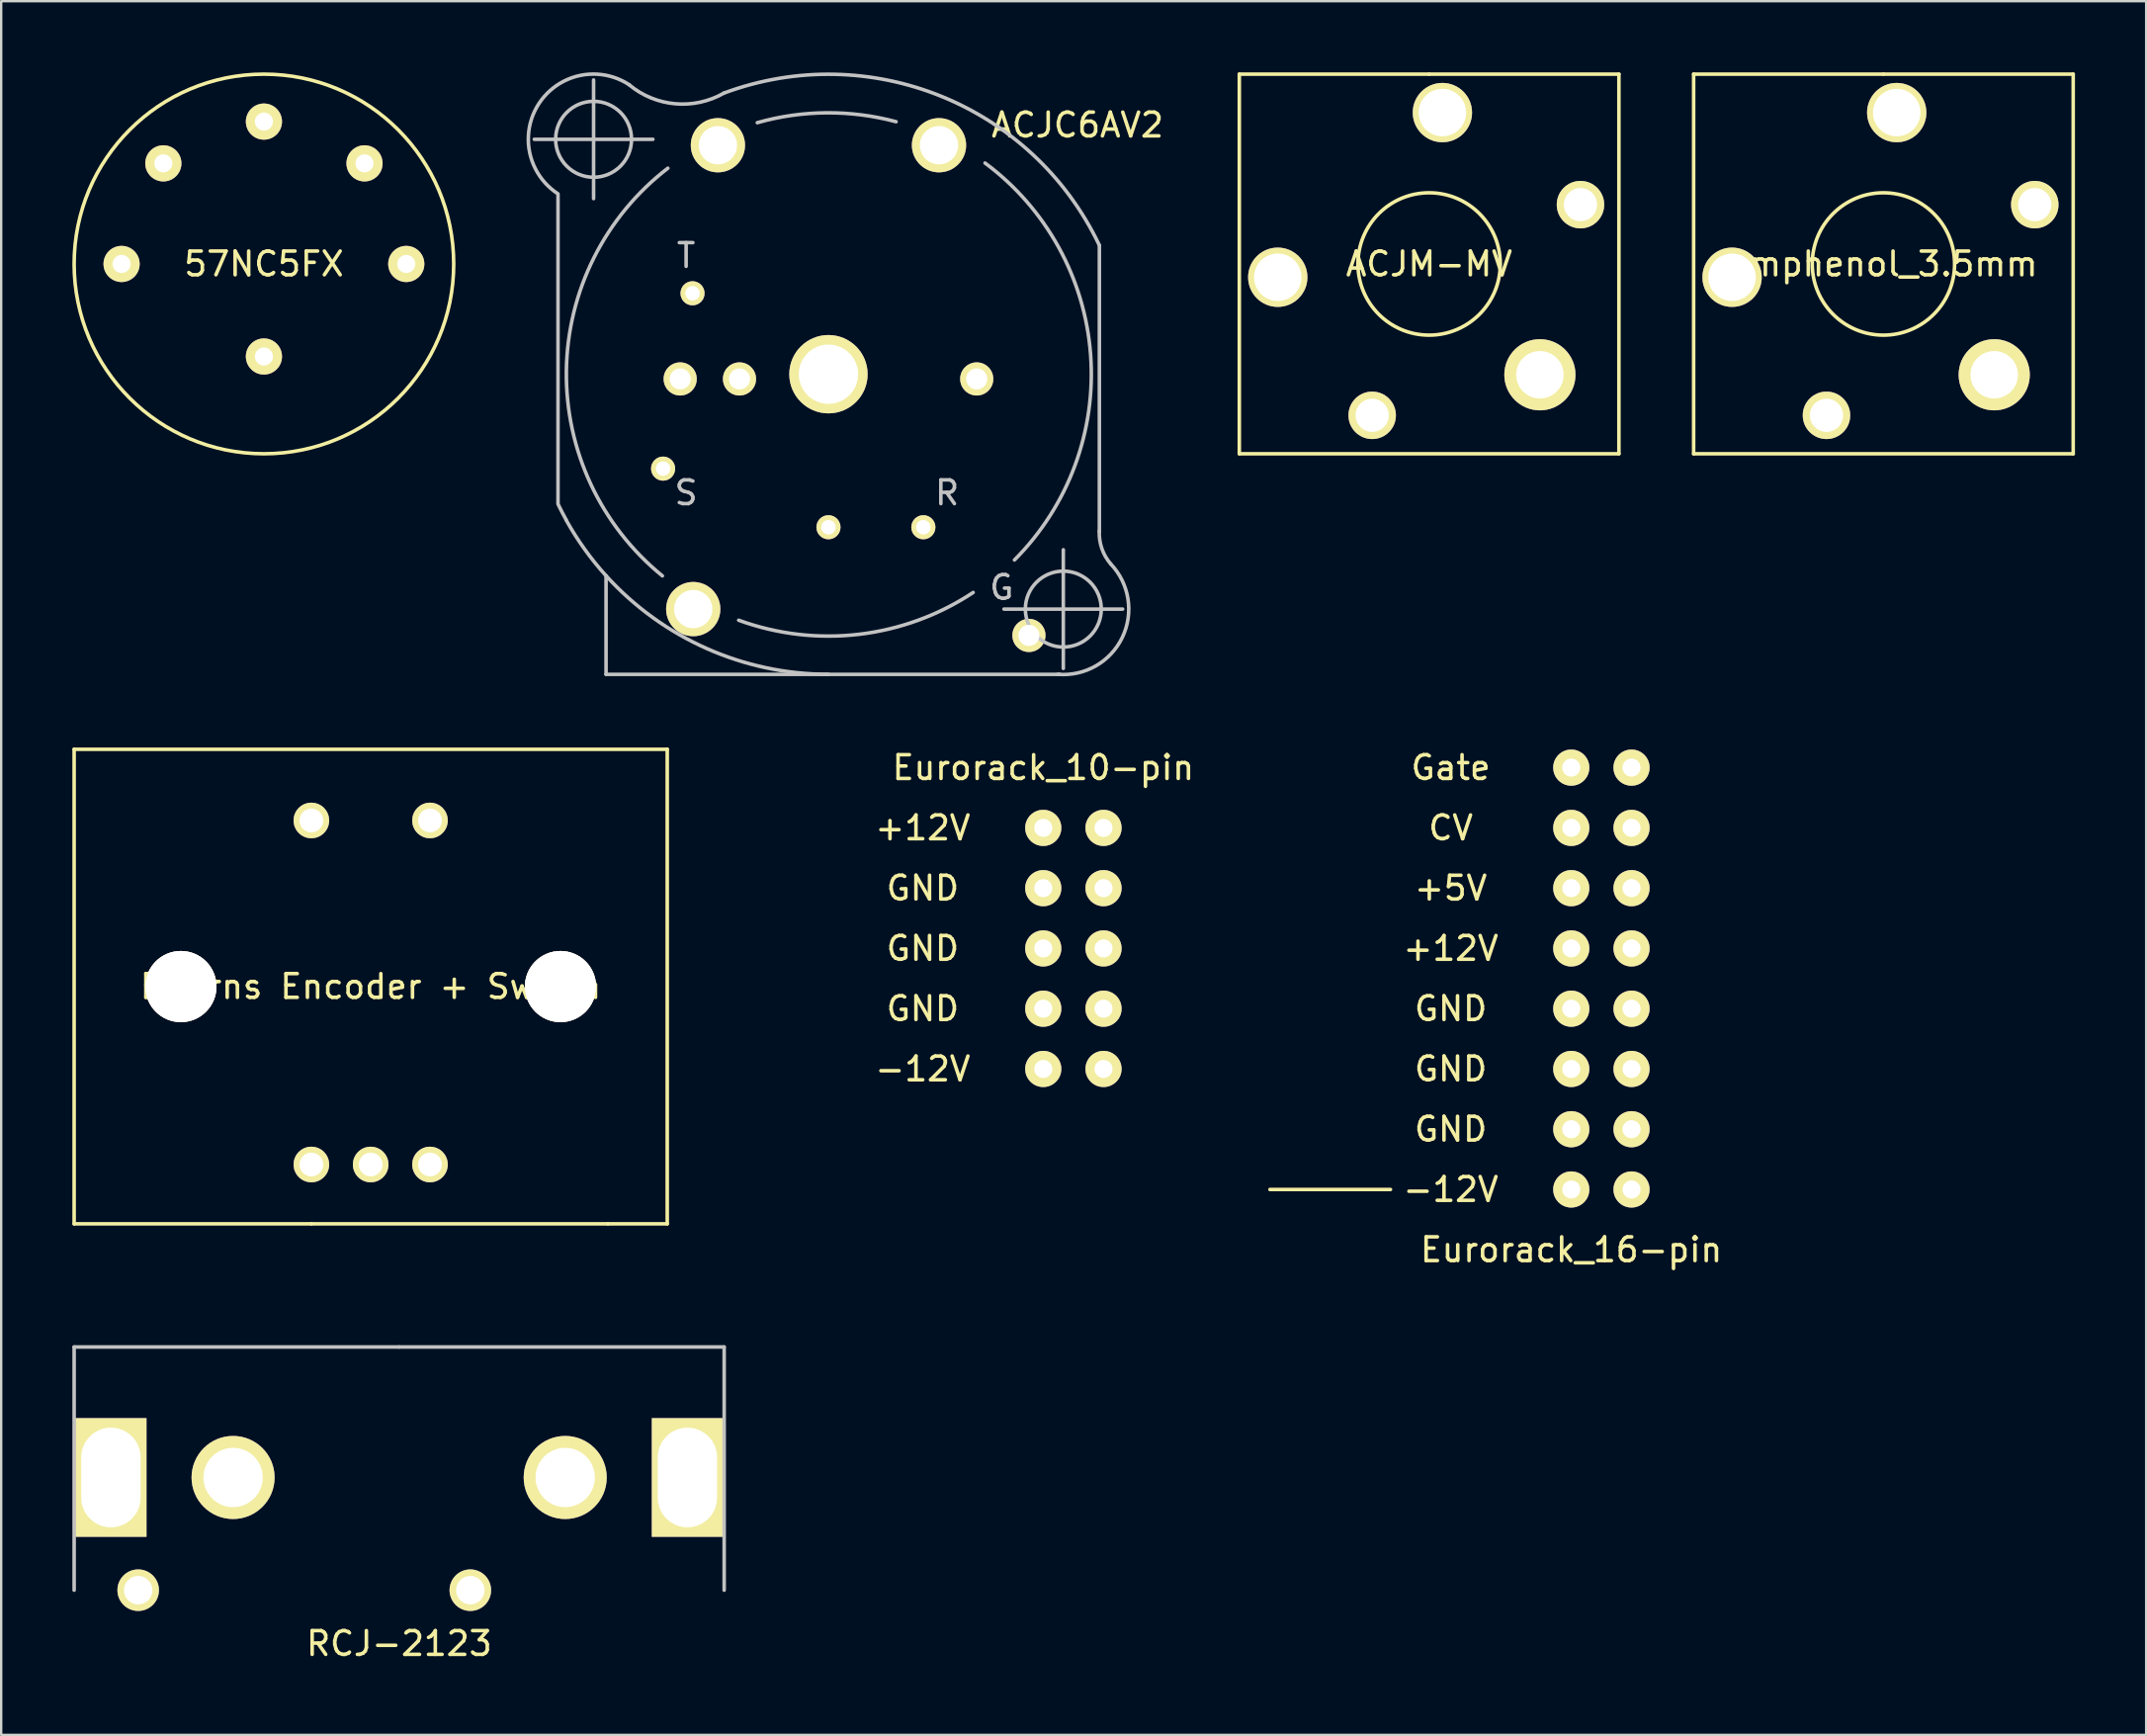
<source format=kicad_pcb>
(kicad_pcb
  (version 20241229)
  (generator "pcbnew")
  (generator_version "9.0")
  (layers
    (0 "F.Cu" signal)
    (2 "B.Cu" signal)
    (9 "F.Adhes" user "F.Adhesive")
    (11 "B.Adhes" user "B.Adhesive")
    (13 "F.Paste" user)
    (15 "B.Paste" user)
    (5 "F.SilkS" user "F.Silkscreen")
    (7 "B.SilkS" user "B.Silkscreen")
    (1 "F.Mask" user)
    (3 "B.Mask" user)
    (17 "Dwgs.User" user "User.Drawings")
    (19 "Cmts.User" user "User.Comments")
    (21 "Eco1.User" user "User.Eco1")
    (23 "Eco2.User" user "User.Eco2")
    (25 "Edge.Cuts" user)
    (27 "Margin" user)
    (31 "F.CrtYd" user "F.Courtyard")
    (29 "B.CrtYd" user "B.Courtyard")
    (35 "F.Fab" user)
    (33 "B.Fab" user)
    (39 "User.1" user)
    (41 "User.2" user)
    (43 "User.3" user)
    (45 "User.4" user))
  (footprint "Bourns Encoder + Switch"
    (layer "F.Cu")
    (at 10.075 46.03)
    (property "Reference" "Bourns Encoder + Switch" (at 2.5 -7.5 0) (layer "F.SilkS") (effects (font (size 1 1) (thickness 0.15))))
    (attr through_hole)
    (fp_line (start -10 -17.5) (end -10 2.5) (stroke (width 0.15) (type solid)) (layer "F.SilkS"))
    (fp_line (start -10 2.5) (end 0 2.5) (stroke (width 0.15) (type solid)) (layer "F.SilkS"))
    (fp_line (start 0 2.5) (end 12.5 2.5) (stroke (width 0.15) (type solid)) (layer "F.SilkS"))
    (fp_line (start 12.5 2.5) (end 15 2.5) (stroke (width 0.15) (type solid)) (layer "F.SilkS"))
    (fp_line (start 15 -17.5) (end -10 -17.5) (stroke (width 0.15) (type solid)) (layer "F.SilkS"))
    (fp_line (start 15 2.5) (end 15 -17.5) (stroke (width 0.15) (type solid)) (layer "F.SilkS"))
    (pad "" thru_hole circle (at -5.5 -7.5) (size 3 3) (drill 3) (layers "*.Cu" "*.Mask" "F.SilkS"))
    (pad "" thru_hole circle (at 10.5 -7.5) (size 3 3) (drill 3) (layers "*.Cu" "*.Mask" "F.SilkS"))
    (pad "1" thru_hole circle (at 0 0) (size 1.5 1.5) (drill 1) (layers "*.Cu" "*.Mask" "F.SilkS"))
    (pad "2" thru_hole circle (at 2.5 0) (size 1.5 1.5) (drill 1) (layers "*.Cu" "*.Mask" "F.SilkS"))
    (pad "3" thru_hole circle (at 5 0) (size 1.5 1.5) (drill 1) (layers "*.Cu" "*.Mask" "F.SilkS"))
    (pad "4" thru_hole circle (at 0 -14.5) (size 1.5 1.5) (drill 1) (layers "*.Cu" "*.Mask" "F.SilkS"))
    (pad "5" thru_hole circle (at 5 -14.5) (size 1.5 1.5) (drill 1) (layers "*.Cu" "*.Mask" "F.SilkS")))
  (footprint "Eurorack_10-pin"
    (layer "F.Cu")
    (at 43.465 31.843)
    (property "Reference" "Eurorack_10-pin" (at -2.54 -2.54 0) (layer "F.SilkS") (effects (font (size 1 1) (thickness 0.15))))
    (attr through_hole)
    (fp_line (start -10.16 10.16) (end -15.24 10.16) (stroke (width 0.15) (type solid)) (layer "B.Paste"))
    (fp_text user "GND" (at -7.62 5.08 0) (layer "F.SilkS") (effects (font (size 1 1) (thickness 0.15))))
    (fp_text user "GND" (at -7.62 2.54 0) (layer "F.SilkS") (effects (font (size 1 1) (thickness 0.15))))
    (fp_text user "+12V" (at -7.62 0 0) (layer "F.SilkS") (effects (font (size 1 1) (thickness 0.15))))
    (fp_text user "-12V" (at -7.62 10.16 0) (layer "F.SilkS") (effects (font (size 1 1) (thickness 0.15))))
    (fp_text user "GND" (at -7.62 7.62 0) (layer "F.SilkS") (effects (font (size 1 1) (thickness 0.15))))
    (pad "1" thru_hole circle (at 0 0) (size 1.524 1.524) (drill 0.762) (layers "*.Cu" "*.Mask" "F.SilkS"))
    (pad "2" thru_hole circle (at 0 2.54) (size 1.524 1.524) (drill 0.762) (layers "*.Cu" "*.Mask" "F.SilkS"))
    (pad "3" thru_hole circle (at 0 5.08) (size 1.524 1.524) (drill 0.762) (layers "*.Cu" "*.Mask" "F.SilkS"))
    (pad "4" thru_hole circle (at 0 7.62) (size 1.524 1.524) (drill 0.762) (layers "*.Cu" "*.Mask" "F.SilkS"))
    (pad "5" thru_hole circle (at 0 10.16) (size 1.524 1.524) (drill 0.762) (layers "*.Cu" "*.Mask" "F.SilkS"))
    (pad "6" thru_hole circle (at -2.54 0) (size 1.524 1.524) (drill 0.762) (layers "*.Cu" "*.Mask" "F.SilkS"))
    (pad "7" thru_hole circle (at -2.54 2.54) (size 1.524 1.524) (drill 0.762) (layers "*.Cu" "*.Mask" "F.SilkS"))
    (pad "8" thru_hole circle (at -2.54 5.08) (size 1.524 1.524) (drill 0.762) (layers "*.Cu" "*.Mask" "F.SilkS"))
    (pad "9" thru_hole circle (at -2.54 7.62) (size 1.524 1.524) (drill 0.762) (layers "*.Cu" "*.Mask" "F.SilkS"))
    (pad "10" thru_hole circle (at -2.54 10.16) (size 1.524 1.524) (drill 0.762) (layers "*.Cu" "*.Mask" "F.SilkS")))
  (footprint "Amphenol_3.5mm"
    (layer "F.Cu")
    (at 76.34 8.075)
    (property "Reference" "Amphenol_3.5mm" (at 0 0 0) (layer "F.SilkS") (effects (font (size 1 1) (thickness 0.15))))
    (attr through_hole)
    (fp_line (start -8 -8) (end 0 -8) (stroke (width 0.15) (type solid)) (layer "F.SilkS"))
    (fp_line (start -8 8) (end -8 -8) (stroke (width 0.15) (type solid)) (layer "F.SilkS"))
    (fp_line (start 0 -8) (end 8 -8) (stroke (width 0.15) (type solid)) (layer "F.SilkS"))
    (fp_line (start 8 -8) (end 8 8) (stroke (width 0.15) (type solid)) (layer "F.SilkS"))
    (fp_line (start 8 8) (end -8 8) (stroke (width 0.15) (type solid)) (layer "F.SilkS"))
    (fp_circle (center 0 0) (end 3 0) (stroke (width 0.15) (type solid)) (fill no) (layer "F.SilkS"))
    (pad "1" thru_hole circle (at 4.67 4.67) (size 3 3) (drill 2) (layers "*.Cu" "*.Mask" "F.SilkS"))
    (pad "2" thru_hole circle (at -2.4 6.38) (size 2 2) (drill 1.4) (layers "*.Cu" "*.Mask" "F.SilkS"))
    (pad "3" thru_hole circle (at -6.38 0.56) (size 2.5 2.5) (drill 2) (layers "*.Cu" "*.Mask" "F.SilkS"))
    (pad "4" thru_hole circle (at 0.56 -6.38) (size 2.5 2.5) (drill 2) (layers "*.Cu" "*.Mask" "F.SilkS"))
    (pad "5" thru_hole circle (at 6.38 -2.5) (size 2 2) (drill 1.4) (layers "*.Cu" "*.Mask" "F.SilkS")))
  (footprint "57NC5FX"
    (layer "F.Cu")
    (at 8.075 8.075)
    (property "Reference" "57NC5FX" (at 0 0 0) (layer "F.SilkS") (effects (font (size 1 1) (thickness 0.15))))
    (attr through_hole)
    (fp_circle (center 0 0) (end 8 0) (stroke (width 0.15) (type solid)) (fill no) (layer "F.SilkS"))
    (pad "" thru_hole circle (at 0 3.9) (size 1.524 1.524) (drill 0.762) (layers "*.Cu" "*.Mask" "F.SilkS"))
    (pad "1" thru_hole circle (at -6 0) (size 1.524 1.524) (drill 0.762) (layers "*.Cu" "*.Mask" "F.SilkS"))
    (pad "2" thru_hole circle (at 0 -6) (size 1.524 1.524) (drill 0.762) (layers "*.Cu" "*.Mask" "F.SilkS"))
    (pad "3" thru_hole circle (at 6 0) (size 1.524 1.524) (drill 0.762) (layers "*.Cu" "*.Mask" "F.SilkS"))
    (pad "4" thru_hole circle (at -4.24 -4.24) (size 1.524 1.524) (drill 0.762) (layers "*.Cu" "*.Mask" "F.SilkS"))
    (pad "5" thru_hole circle (at 4.24 -4.24) (size 1.524 1.524) (drill 0.762) (layers "*.Cu" "*.Mask" "F.SilkS")))
  (footprint "ACJM-MV"
    (layer "F.Cu")
    (at 57.19 8.075)
    (property "Reference" "ACJM-MV" (at 0 0 0) (layer "F.SilkS") (effects (font (size 1 1) (thickness 0.15))))
    (attr through_hole)
    (fp_line (start -8 -8) (end 0 -8) (stroke (width 0.15) (type solid)) (layer "F.SilkS"))
    (fp_line (start -8 8) (end -8 -8) (stroke (width 0.15) (type solid)) (layer "F.SilkS"))
    (fp_line (start 0 -8) (end 8 -8) (stroke (width 0.15) (type solid)) (layer "F.SilkS"))
    (fp_line (start 8 -8) (end 8 8) (stroke (width 0.15) (type solid)) (layer "F.SilkS"))
    (fp_line (start 8 8) (end -8 8) (stroke (width 0.15) (type solid)) (layer "F.SilkS"))
    (fp_circle (center 0 0) (end 3 0) (stroke (width 0.15) (type solid)) (fill no) (layer "F.SilkS"))
    (pad "1" thru_hole circle (at 4.67 4.67) (size 3 3) (drill 2) (layers "*.Cu" "*.Mask" "F.SilkS"))
    (pad "2" thru_hole circle (at -2.4 6.38) (size 2 2) (drill 1.4) (layers "*.Cu" "*.Mask" "F.SilkS"))
    (pad "3" thru_hole circle (at -6.38 0.56) (size 2.5 2.5) (drill 2) (layers "*.Cu" "*.Mask" "F.SilkS"))
    (pad "4" thru_hole circle (at 0.56 -6.38) (size 2.5 2.5) (drill 2) (layers "*.Cu" "*.Mask" "F.SilkS"))
    (pad "5" thru_hole circle (at 6.38 -2.5) (size 2 2) (drill 1.4) (layers "*.Cu" "*.Mask" "F.SilkS")))
  (footprint "Eurorack_16-pin"
    (layer "F.Cu")
    (at 65.722 29.303)
    (property "Reference" "Eurorack_16-pin" (at -2.54 20.32 0) (layer "F.SilkS") (effects (font (size 1 1) (thickness 0.15))))
    (attr through_hole)
    (fp_line (start -10.16 17.78) (end -15.24 17.78) (stroke (width 0.15) (type solid)) (layer "F.SilkS"))
    (fp_text user "Gate" (at -7.62 0 0) (layer "F.SilkS") (effects (font (size 1 1) (thickness 0.15))))
    (fp_text user "+12V" (at -7.62 7.62 0) (layer "F.SilkS") (effects (font (size 1 1) (thickness 0.15))))
    (fp_text user "GND" (at -7.62 10.16 0) (layer "F.SilkS") (effects (font (size 1 1) (thickness 0.15))))
    (fp_text user "+5V" (at -7.62 5.08 0) (layer "F.SilkS") (effects (font (size 1 1) (thickness 0.15))))
    (fp_text user "GND" (at -7.62 15.24 0) (layer "F.SilkS") (effects (font (size 1 1) (thickness 0.15))))
    (fp_text user "GND" (at -7.62 12.7 0) (layer "F.SilkS") (effects (font (size 1 1) (thickness 0.15))))
    (fp_text user "CV" (at -7.62 2.54 0) (layer "F.SilkS") (effects (font (size 1 1) (thickness 0.15))))
    (fp_text user "-12V" (at -7.62 17.78 0) (layer "F.SilkS") (effects (font (size 1 1) (thickness 0.15))))
    (pad "1" thru_hole circle (at 0 0) (size 1.524 1.524) (drill 0.762) (layers "*.Cu" "*.Mask" "F.SilkS"))
    (pad "2" thru_hole circle (at 0 2.54) (size 1.524 1.524) (drill 0.762) (layers "*.Cu" "*.Mask" "F.SilkS"))
    (pad "3" thru_hole circle (at 0 5.08) (size 1.524 1.524) (drill 0.762) (layers "*.Cu" "*.Mask" "F.SilkS"))
    (pad "4" thru_hole circle (at 0 7.62) (size 1.524 1.524) (drill 0.762) (layers "*.Cu" "*.Mask" "F.SilkS"))
    (pad "5" thru_hole circle (at 0 10.16) (size 1.524 1.524) (drill 0.762) (layers "*.Cu" "*.Mask" "F.SilkS"))
    (pad "6" thru_hole circle (at 0 12.7) (size 1.524 1.524) (drill 0.762) (layers "*.Cu" "*.Mask" "F.SilkS"))
    (pad "7" thru_hole circle (at 0 15.24) (size 1.524 1.524) (drill 0.762) (layers "*.Cu" "*.Mask" "F.SilkS"))
    (pad "8" thru_hole circle (at 0 17.78) (size 1.524 1.524) (drill 0.762) (layers "*.Cu" "*.Mask" "F.SilkS"))
    (pad "9" thru_hole circle (at -2.54 0) (size 1.524 1.524) (drill 0.762) (layers "*.Cu" "*.Mask" "F.SilkS"))
    (pad "10" thru_hole circle (at -2.54 2.54) (size 1.524 1.524) (drill 0.762) (layers "*.Cu" "*.Mask" "F.SilkS"))
    (pad "11" thru_hole circle (at -2.54 5.08) (size 1.524 1.524) (drill 0.762) (layers "*.Cu" "*.Mask" "F.SilkS"))
    (pad "12" thru_hole circle (at -2.54 7.62) (size 1.524 1.524) (drill 0.762) (layers "*.Cu" "*.Mask" "F.SilkS"))
    (pad "13" thru_hole circle (at -2.54 10.16) (size 1.524 1.524) (drill 0.762) (layers "*.Cu" "*.Mask" "F.SilkS"))
    (pad "14" thru_hole circle (at -2.54 12.7) (size 1.524 1.524) (drill 0.762) (layers "*.Cu" "*.Mask" "F.SilkS"))
    (pad "15" thru_hole circle (at -2.54 15.24) (size 1.524 1.524) (drill 0.762) (layers "*.Cu" "*.Mask" "F.SilkS"))
    (pad "16" thru_hole circle (at -2.54 17.78) (size 1.524 1.524) (drill 0.762) (layers "*.Cu" "*.Mask" "F.SilkS")))
  (footprint "ACJC6AV2"
    (layer "F.Cu")
    (at 31.871 12.721)
    (property "Reference" "ACJC6AV2" (at 10.5 -10.5 0) (layer "F.SilkS") (effects (font (size 1 1) (thickness 0.15))))
    (attr through_hole)
    (fp_line (start -11.4 5.45) (end -11.4 -7.55) (stroke (width 0.15) (type solid)) (layer "Dwgs.User"))
    (fp_line (start -9.9 -9.9) (end -12.4 -9.9) (stroke (width 0.15) (type solid)) (layer "Dwgs.User"))
    (fp_line (start -9.9 -9.9) (end -9.9 -12.4) (stroke (width 0.15) (type solid)) (layer "Dwgs.User"))
    (fp_line (start -9.9 -9.9) (end -9.9 -7.4) (stroke (width 0.15) (type solid)) (layer "Dwgs.User"))
    (fp_line (start -9.9 -9.9) (end -7.4 -9.9) (stroke (width 0.15) (type solid)) (layer "Dwgs.User"))
    (fp_line (start -9.375 12.65) (end -9.375 8.5) (stroke (width 0.15) (type solid)) (layer "Dwgs.User"))
    (fp_line (start -9.375 12.65) (end 9.75 12.65) (stroke (width 0.15) (type solid)) (layer "Dwgs.User"))
    (fp_line (start 9.9 9.9) (end 7.4 9.9) (stroke (width 0.15) (type solid)) (layer "Dwgs.User"))
    (fp_line (start 9.9 9.9) (end 9.9 7.4) (stroke (width 0.15) (type solid)) (layer "Dwgs.User"))
    (fp_line (start 9.9 9.9) (end 9.9 12.4) (stroke (width 0.15) (type solid)) (layer "Dwgs.User"))
    (fp_line (start 9.9 9.9) (end 12.4 9.9) (stroke (width 0.15) (type solid)) (layer "Dwgs.User"))
    (fp_line (start 11.42 6.63) (end 11.42 -5.43) (stroke (width 0.15) (type solid)) (layer "Dwgs.User"))
    (fp_arc (start -11.4 -7.6) (mid -12.197379 -11.404012) (end -8.391981 -12.19475) (stroke (width 0.15) (type solid)) (layer "Dwgs.User"))
    (fp_arc (start -11.05 6.15) (mid -11.227584 5.819481) (end -11.395284 5.48384) (stroke (width 0.15) (type solid)) (layer "Dwgs.User"))
    (fp_arc (start -9.37 8.5) (mid -10.271996 7.384647) (end -11.041931 6.174354) (stroke (width 0.15) (type solid)) (layer "Dwgs.User"))
    (fp_arc (start -7 8.5) (mid -11.047074 -0.146835) (end -6.769534 -8.682011) (stroke (width 0.15) (type solid)) (layer "Dwgs.User"))
    (fp_arc (start -4.4 -11.85) (mid -6.453665 -11.396746) (end -8.398709 -12.196612) (stroke (width 0.15) (type solid)) (layer "Dwgs.User"))
    (fp_arc (start -4.4 -11.85) (mid 4.748023 -11.715011) (end 11.412406 -5.446794) (stroke (width 0.15) (type solid)) (layer "Dwgs.User"))
    (fp_arc (start -3 -10.6) (mid -0.077391 -11.01608) (end 2.850775 -10.641104) (stroke (width 0.15) (type solid)) (layer "Dwgs.User"))
    (fp_arc (start 0 12.65) (mid -5.125041 11.565312) (end -9.371178 8.497265) (stroke (width 0.15) (type solid)) (layer "Dwgs.User"))
    (fp_arc (start 6.1 9.2) (mid 1.2967 10.962143) (end -3.785168 10.369306) (stroke (width 0.15) (type solid)) (layer "Dwgs.User"))
    (fp_arc (start 6.6 -8.9) (mid 11.049832 -0.819276) (end 7.840376 7.829336) (stroke (width 0.15) (type solid)) (layer "Dwgs.User"))
    (fp_arc (start 11.9 8) (mid 12.386383 11.094948) (end 9.665864 12.648669) (stroke (width 0.15) (type solid)) (layer "Dwgs.User"))
    (fp_arc (start 11.9 8) (mid 11.523927 7.348343) (end 11.417402 6.603534) (stroke (width 0.15) (type solid)) (layer "Dwgs.User"))
    (fp_circle (center -9.9 -9.9) (end -8.3 -9.9) (stroke (width 0.15) (type solid)) (fill no) (layer "Dwgs.User"))
    (fp_circle (center 9.9 9.9) (end 11.5 9.9) (stroke (width 0.15) (type solid)) (fill no) (layer "Dwgs.User"))
    (fp_text user "S" (at -6 5 0) (layer "Dwgs.User") (effects (font (size 1 1) (thickness 0.15))))
    (fp_text user "T" (at -6 -5 0) (layer "Dwgs.User") (effects (font (size 1 1) (thickness 0.15))))
    (fp_text user "G" (at 7.3 8.99 0) (layer "Dwgs.User") (effects (font (size 1 1) (thickness 0.15))))
    (fp_text user "R" (at 5 5 0) (layer "Dwgs.User") (effects (font (size 1 1) (thickness 0.15))))
    (pad "" thru_hole circle (at -5.7 9.9) (size 2.286 2.286) (drill 1.613) (layers "*.Cu" "*.Mask" "F.SilkS"))
    (pad "" thru_hole circle (at -4.66 -9.65) (size 2.286 2.286) (drill 1.613) (layers "*.Cu" "*.Mask" "F.SilkS"))
    (pad "" thru_hole circle (at -3.75 0.2) (size 1.397 1.397) (drill 0.889) (layers "*.Cu" "*.Mask" "F.SilkS"))
    (pad "" thru_hole circle (at 0 0) (size 3.302 3.302) (drill 2.5) (layers "*.Cu" "*.Mask" "F.SilkS"))
    (pad "" thru_hole circle (at 4.66 -9.65) (size 2.286 2.286) (drill 1.613) (layers "*.Cu" "*.Mask" "F.SilkS"))
    (pad "" thru_hole circle (at 8.45 11.01) (size 1.397 1.397) (drill 0.889) (layers "*.Cu" "*.Mask" "F.SilkS"))
    (pad "1" thru_hole circle (at -6.97 3.98) (size 1.016 1.016) (drill 0.61) (layers "*.Cu" "*.Mask" "F.SilkS"))
    (pad "1" thru_hole circle (at 6.25 0.2) (size 1.397 1.397) (drill 0.889) (layers "*.Cu" "*.Mask" "F.SilkS"))
    (pad "2" thru_hole circle (at -6.25 0.2) (size 1.397 1.397) (drill 0.889) (layers "*.Cu" "*.Mask" "F.SilkS"))
    (pad "2" thru_hole circle (at -5.73 -3.41) (size 1.016 1.016) (drill 0.61) (layers "*.Cu" "*.Mask" "F.SilkS"))
    (pad "3" thru_hole circle (at 0 6.45) (size 1.016 1.016) (drill 0.61) (layers "*.Cu" "*.Mask" "F.SilkS"))
    (pad "3" thru_hole circle (at 4 6.45) (size 1.016 1.016) (drill 0.61) (layers "*.Cu" "*.Mask" "F.SilkS")))
  (footprint "RCJ-2123"
    (layer "F.Cu")
    (at 13.775 53.721)
    (property "Reference" "RCJ-2123" (at 0 12.5 0) (layer "F.SilkS") (effects (font (size 1 1) (thickness 0.15))))
    (attr through_hole)
    (fp_line (start -13.7 0) (end -13.7 10.25) (stroke (width 0.15) (type solid)) (layer "Dwgs.User"))
    (fp_line (start -13.7 0) (end 0 0) (stroke (width 0.15) (type solid)) (layer "Dwgs.User"))
    (fp_line (start 0 0) (end 13.7 0) (stroke (width 0.15) (type solid)) (layer "Dwgs.User"))
    (fp_line (start 13.7 0) (end 13.7 10.25) (stroke (width 0.15) (type solid)) (layer "Dwgs.User"))
    (pad "" thru_hole rect (at -12.15 5.5) (size 3 5) (drill oval 2.5 4.2) (layers "*.Cu" "*.Mask" "F.SilkS"))
    (pad "" thru_hole rect (at 12.15 5.5) (size 3 5) (drill oval 2.5 4.2) (layers "*.Cu" "*.Mask" "F.SilkS"))
    (pad "1" thru_hole circle (at 7 5.5) (size 3.5 3.5) (drill 2.5) (layers "*.Cu" "*.Mask" "F.SilkS"))
    (pad "2" thru_hole circle (at 3 10.25) (size 1.75 1.75) (drill 1.2) (layers "*.Cu" "*.Mask" "F.SilkS"))
    (pad "3" thru_hole circle (at -7 5.5) (size 3.5 3.5) (drill 2.5) (layers "*.Cu" "*.Mask" "F.SilkS"))
    (pad "4" thru_hole circle (at -11 10.25) (size 1.75 1.75) (drill 1.2) (layers "*.Cu" "*.Mask" "F.SilkS")))
  (gr_rect
    (start -3 -3)
    (end 87.415 70.069)
    (stroke (width 0.1) (type default))
    (fill no)
    (layer "Edge.Cuts")))
</source>
